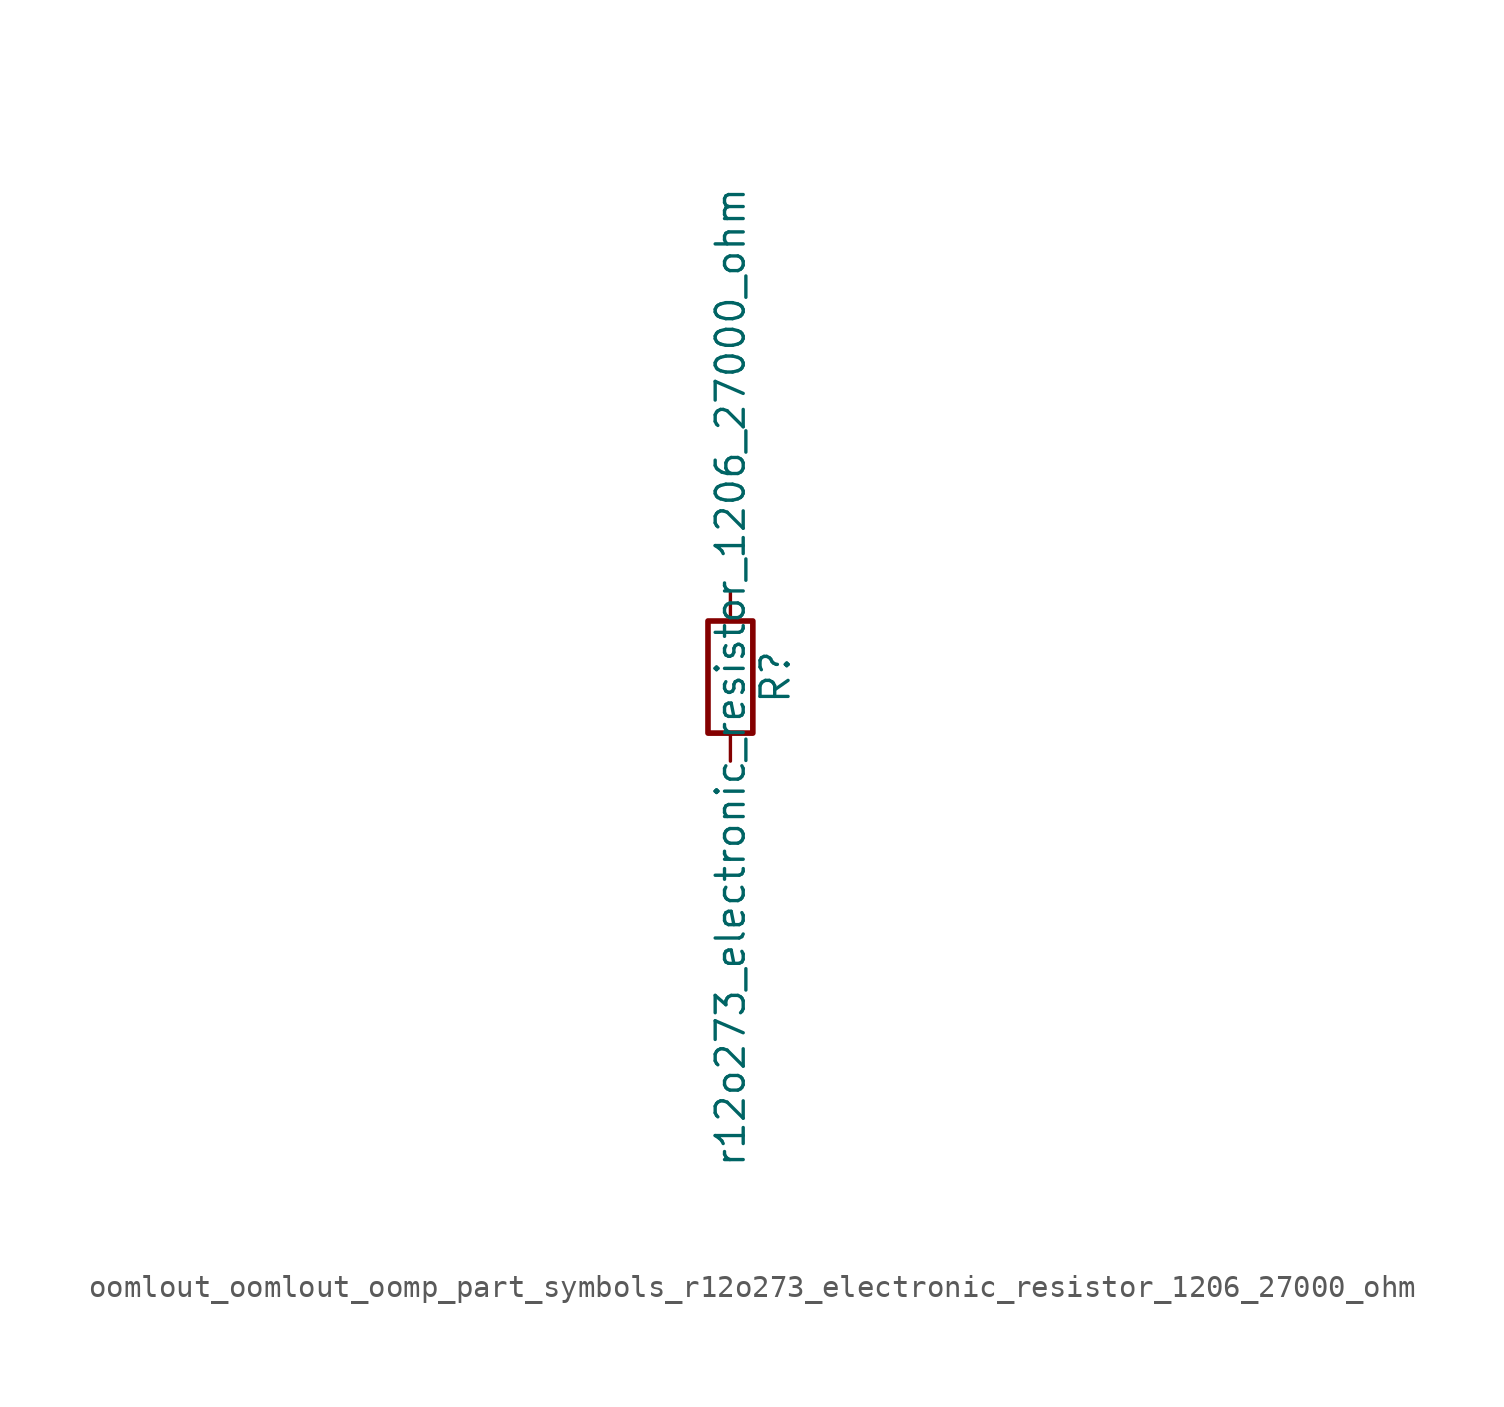
<source format=kicad_sym>
(kicad_symbol_lib
  (version 20220914)
  (generator kicad_symbol_editor)
  (symbol "oomlout_oomlout_oomp_part_symbols_r12o273_electronic_resistor_1206_27000_ohm"
    (pin_numbers hide)
    (pin_names
      (offset 0))
    (property "Reference" "R"
      (at 2.032 0 90)
      (effects (font (size 1.27 1.27))))
    (property "Value" "r12o273_electronic_resistor_1206_27000_ohm"
      (at 0 0 90)
      (effects (font (size 1.27 1.27))))
    (symbol "oomlout_oomlout_oomp_part_symbols_r12o273_electronic_resistor_1206_27000_ohm_0_1"
      (rectangle (start -1.016 -2.54) (end 1.016 2.54) (stroke (width 0.254) (type default)) (fill (type none))))
    (symbol "oomlout_oomlout_oomp_part_symbols_r12o273_electronic_resistor_1206_27000_ohm_1_1"
      (pin passive line (at 0 3.81 270) (length 1.27) (name "~" (effects (font (size 1.27 1.27)))) (number "1" (effects (font (size 1.27 1.27)))))
      (pin passive line (at 0 -3.81 90) (length 1.27) (name "~" (effects (font (size 1.27 1.27)))) (number "2" (effects (font (size 1.27 1.27))))))))
</source>
